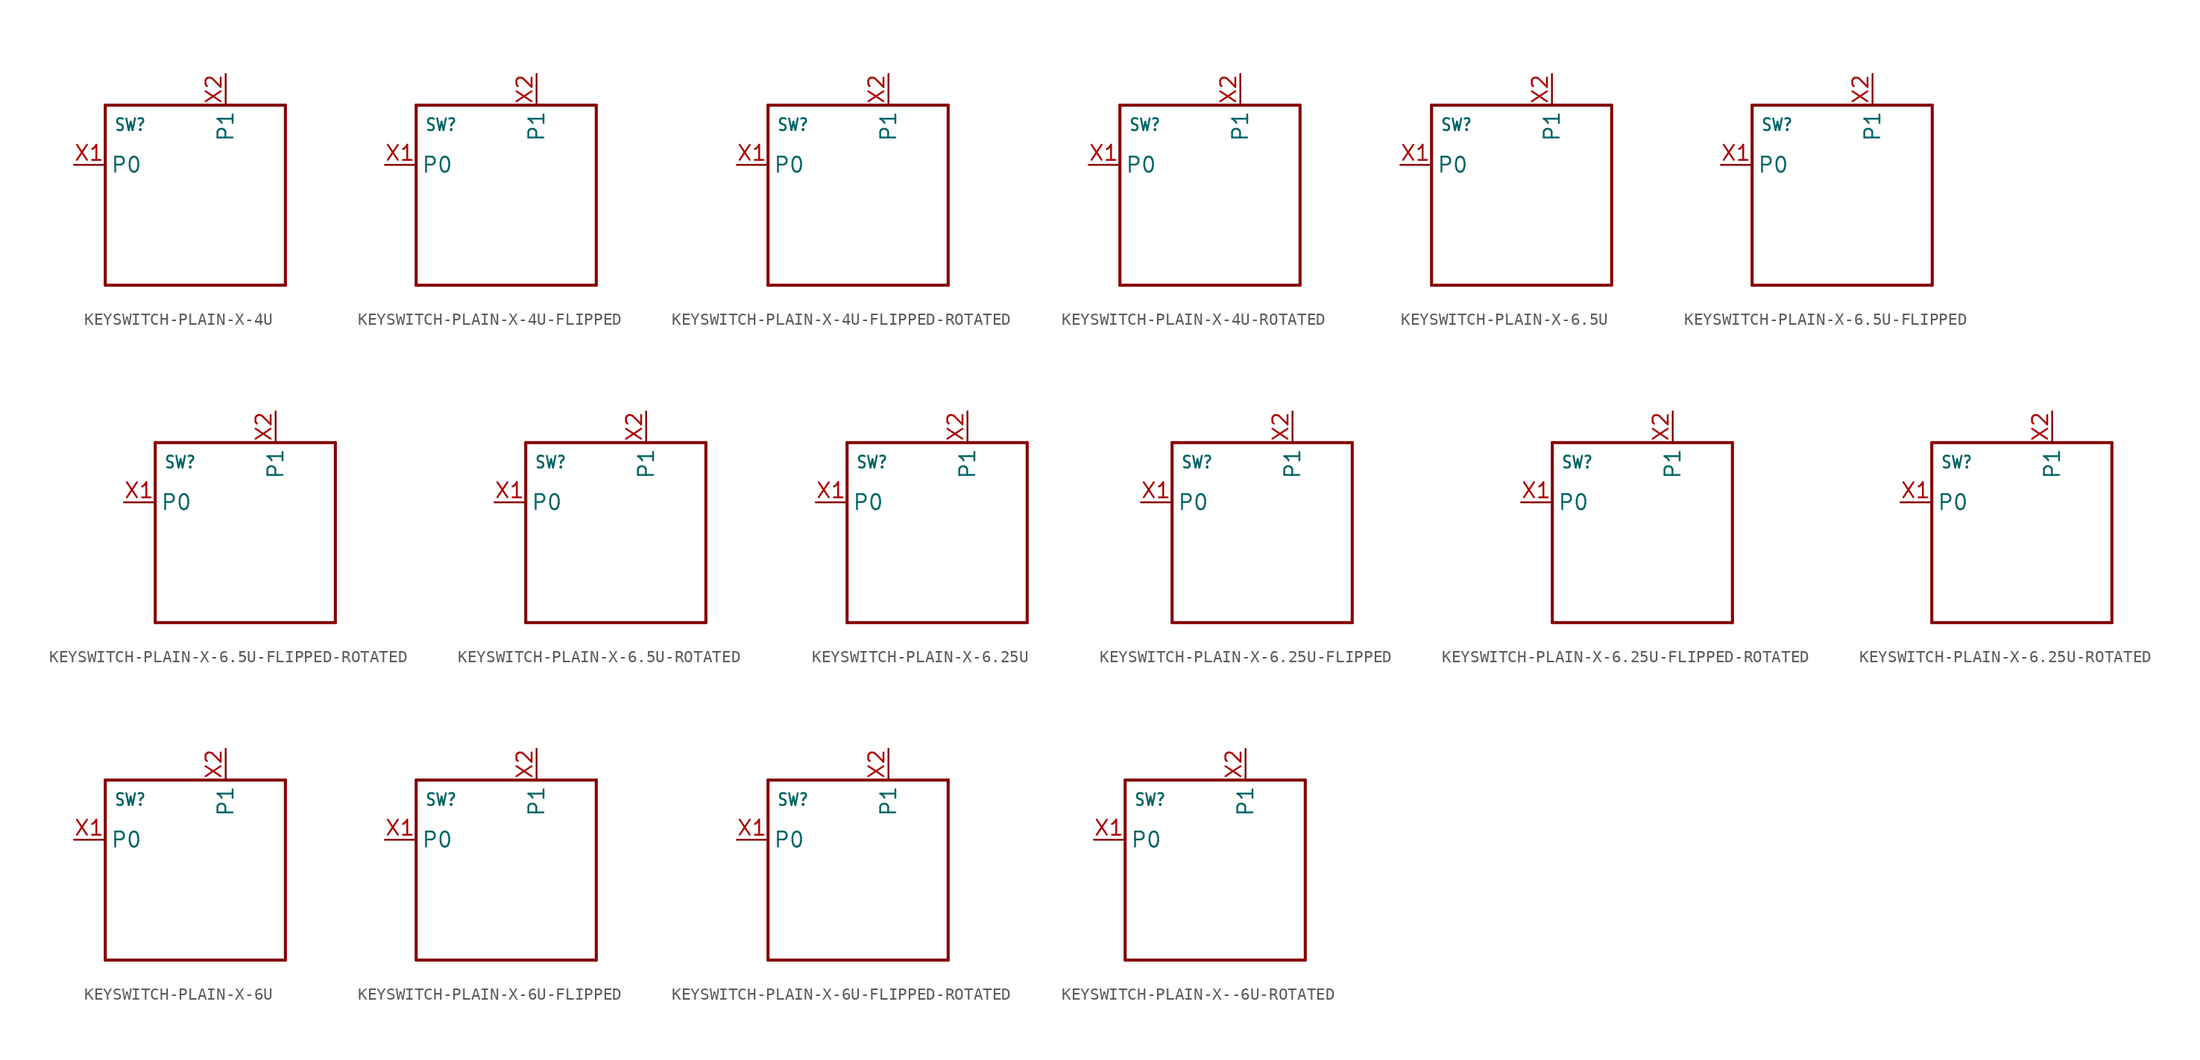
<source format=kicad_sym>
(kicad_symbol_lib
  (version 20211014)
  (generator kicad_symbol_editor)
  (symbol "KEYSWITCH-PLAIN-X-4U"
    (property "Reference" "SW"
      (at -6.81 5.318 0)
      (effects (font (size 1 0.85)) (justify left bottom)))
    (property "ki_locked" ""
      (at 0 0 0)
      (effects (font (size 1.27 1.27))))
    (symbol "KEYSWITCH-PLAIN-X-4U_1_0"
      (polyline (pts (xy -7.54 -7.54) (xy -7.54 7.54)) (stroke (width 0.254) (type default) (color 0 0 0 0)) (fill (type none)))
      (polyline (pts (xy -7.54 7.54) (xy 7.54 7.54)) (stroke (width 0.254) (type default) (color 0 0 0 0)) (fill (type none)))
      (polyline (pts (xy 7.54 -7.54) (xy -7.54 -7.54)) (stroke (width 0.254) (type default) (color 0 0 0 0)) (fill (type none)))
      (polyline (pts (xy 7.54 7.54) (xy 7.54 -7.54)) (stroke (width 0.254) (type default) (color 0 0 0 0)) (fill (type none)))
      (pin bidirectional line (at -10.16 2.54 0) (length 2.54) (name "P0" (effects (font (size 1.27 1.27)))) (number "X1" (effects (font (size 1.27 1.27)))))
      (pin bidirectional line (at 2.54 10.16 270) (length 2.54) (name "P1" (effects (font (size 1.27 1.27)))) (number "X2" (effects (font (size 1.27 1.27)))))))
  (symbol "KEYSWITCH-PLAIN-X-4U-FLIPPED"
    (property "Reference" "SW"
      (at -6.81 5.318 0)
      (effects (font (size 1 0.85)) (justify left bottom)))
    (property "ki_locked" ""
      (at 0 0 0)
      (effects (font (size 1.27 1.27))))
    (symbol "KEYSWITCH-PLAIN-X-4U-FLIPPED_1_0"
      (polyline (pts (xy -7.54 -7.54) (xy -7.54 7.54)) (stroke (width 0.254) (type default) (color 0 0 0 0)) (fill (type none)))
      (polyline (pts (xy -7.54 7.54) (xy 7.54 7.54)) (stroke (width 0.254) (type default) (color 0 0 0 0)) (fill (type none)))
      (polyline (pts (xy 7.54 -7.54) (xy -7.54 -7.54)) (stroke (width 0.254) (type default) (color 0 0 0 0)) (fill (type none)))
      (polyline (pts (xy 7.54 7.54) (xy 7.54 -7.54)) (stroke (width 0.254) (type default) (color 0 0 0 0)) (fill (type none)))
      (pin bidirectional line (at -10.16 2.54 0) (length 2.54) (name "P0" (effects (font (size 1.27 1.27)))) (number "X1" (effects (font (size 1.27 1.27)))))
      (pin bidirectional line (at 2.54 10.16 270) (length 2.54) (name "P1" (effects (font (size 1.27 1.27)))) (number "X2" (effects (font (size 1.27 1.27)))))))
  (symbol "KEYSWITCH-PLAIN-X-4U-FLIPPED-ROTATED"
    (property "Reference" "SW"
      (at -6.81 5.318 0)
      (effects (font (size 1 0.85)) (justify left bottom)))
    (property "ki_locked" ""
      (at 0 0 0)
      (effects (font (size 1.27 1.27))))
    (symbol "KEYSWITCH-PLAIN-X-4U-FLIPPED-ROTATED_1_0"
      (polyline (pts (xy -7.54 -7.54) (xy -7.54 7.54)) (stroke (width 0.254) (type default) (color 0 0 0 0)) (fill (type none)))
      (polyline (pts (xy -7.54 7.54) (xy 7.54 7.54)) (stroke (width 0.254) (type default) (color 0 0 0 0)) (fill (type none)))
      (polyline (pts (xy 7.54 -7.54) (xy -7.54 -7.54)) (stroke (width 0.254) (type default) (color 0 0 0 0)) (fill (type none)))
      (polyline (pts (xy 7.54 7.54) (xy 7.54 -7.54)) (stroke (width 0.254) (type default) (color 0 0 0 0)) (fill (type none)))
      (pin bidirectional line (at -10.16 2.54 0) (length 2.54) (name "P0" (effects (font (size 1.27 1.27)))) (number "X1" (effects (font (size 1.27 1.27)))))
      (pin bidirectional line (at 2.54 10.16 270) (length 2.54) (name "P1" (effects (font (size 1.27 1.27)))) (number "X2" (effects (font (size 1.27 1.27)))))))
  (symbol "KEYSWITCH-PLAIN-X-4U-ROTATED"
    (property "Reference" "SW"
      (at -6.81 5.318 0)
      (effects (font (size 1 0.85)) (justify left bottom)))
    (property "ki_locked" ""
      (at 0 0 0)
      (effects (font (size 1.27 1.27))))
    (symbol "KEYSWITCH-PLAIN-X-4U-ROTATED_1_0"
      (polyline (pts (xy -7.54 -7.54) (xy -7.54 7.54)) (stroke (width 0.254) (type default) (color 0 0 0 0)) (fill (type none)))
      (polyline (pts (xy -7.54 7.54) (xy 7.54 7.54)) (stroke (width 0.254) (type default) (color 0 0 0 0)) (fill (type none)))
      (polyline (pts (xy 7.54 -7.54) (xy -7.54 -7.54)) (stroke (width 0.254) (type default) (color 0 0 0 0)) (fill (type none)))
      (polyline (pts (xy 7.54 7.54) (xy 7.54 -7.54)) (stroke (width 0.254) (type default) (color 0 0 0 0)) (fill (type none)))
      (pin bidirectional line (at -10.16 2.54 0) (length 2.54) (name "P0" (effects (font (size 1.27 1.27)))) (number "X1" (effects (font (size 1.27 1.27)))))
      (pin bidirectional line (at 2.54 10.16 270) (length 2.54) (name "P1" (effects (font (size 1.27 1.27)))) (number "X2" (effects (font (size 1.27 1.27)))))))
  (symbol "KEYSWITCH-PLAIN-X-6.5U"
    (property "Reference" "SW"
      (at -6.81 5.318 0)
      (effects (font (size 1 0.85)) (justify left bottom)))
    (property "ki_locked" ""
      (at 0 0 0)
      (effects (font (size 1.27 1.27))))
    (symbol "KEYSWITCH-PLAIN-X-6.5U_1_0"
      (polyline (pts (xy -7.54 -7.54) (xy -7.54 7.54)) (stroke (width 0.254) (type default) (color 0 0 0 0)) (fill (type none)))
      (polyline (pts (xy -7.54 7.54) (xy 7.54 7.54)) (stroke (width 0.254) (type default) (color 0 0 0 0)) (fill (type none)))
      (polyline (pts (xy 7.54 -7.54) (xy -7.54 -7.54)) (stroke (width 0.254) (type default) (color 0 0 0 0)) (fill (type none)))
      (polyline (pts (xy 7.54 7.54) (xy 7.54 -7.54)) (stroke (width 0.254) (type default) (color 0 0 0 0)) (fill (type none)))
      (pin bidirectional line (at -10.16 2.54 0) (length 2.54) (name "P0" (effects (font (size 1.27 1.27)))) (number "X1" (effects (font (size 1.27 1.27)))))
      (pin bidirectional line (at 2.54 10.16 270) (length 2.54) (name "P1" (effects (font (size 1.27 1.27)))) (number "X2" (effects (font (size 1.27 1.27)))))))
  (symbol "KEYSWITCH-PLAIN-X-6.5U-FLIPPED"
    (property "Reference" "SW"
      (at -6.81 5.318 0)
      (effects (font (size 1 0.85)) (justify left bottom)))
    (property "ki_locked" ""
      (at 0 0 0)
      (effects (font (size 1.27 1.27))))
    (symbol "KEYSWITCH-PLAIN-X-6.5U-FLIPPED_1_0"
      (polyline (pts (xy -7.54 -7.54) (xy -7.54 7.54)) (stroke (width 0.254) (type default) (color 0 0 0 0)) (fill (type none)))
      (polyline (pts (xy -7.54 7.54) (xy 7.54 7.54)) (stroke (width 0.254) (type default) (color 0 0 0 0)) (fill (type none)))
      (polyline (pts (xy 7.54 -7.54) (xy -7.54 -7.54)) (stroke (width 0.254) (type default) (color 0 0 0 0)) (fill (type none)))
      (polyline (pts (xy 7.54 7.54) (xy 7.54 -7.54)) (stroke (width 0.254) (type default) (color 0 0 0 0)) (fill (type none)))
      (pin bidirectional line (at -10.16 2.54 0) (length 2.54) (name "P0" (effects (font (size 1.27 1.27)))) (number "X1" (effects (font (size 1.27 1.27)))))
      (pin bidirectional line (at 2.54 10.16 270) (length 2.54) (name "P1" (effects (font (size 1.27 1.27)))) (number "X2" (effects (font (size 1.27 1.27)))))))
  (symbol "KEYSWITCH-PLAIN-X-6.5U-FLIPPED-ROTATED"
    (property "Reference" "SW"
      (at -6.81 5.318 0)
      (effects (font (size 1 0.85)) (justify left bottom)))
    (property "ki_locked" ""
      (at 0 0 0)
      (effects (font (size 1.27 1.27))))
    (symbol "KEYSWITCH-PLAIN-X-6.5U-FLIPPED-ROTATED_1_0"
      (polyline (pts (xy -7.54 -7.54) (xy -7.54 7.54)) (stroke (width 0.254) (type default) (color 0 0 0 0)) (fill (type none)))
      (polyline (pts (xy -7.54 7.54) (xy 7.54 7.54)) (stroke (width 0.254) (type default) (color 0 0 0 0)) (fill (type none)))
      (polyline (pts (xy 7.54 -7.54) (xy -7.54 -7.54)) (stroke (width 0.254) (type default) (color 0 0 0 0)) (fill (type none)))
      (polyline (pts (xy 7.54 7.54) (xy 7.54 -7.54)) (stroke (width 0.254) (type default) (color 0 0 0 0)) (fill (type none)))
      (pin bidirectional line (at -10.16 2.54 0) (length 2.54) (name "P0" (effects (font (size 1.27 1.27)))) (number "X1" (effects (font (size 1.27 1.27)))))
      (pin bidirectional line (at 2.54 10.16 270) (length 2.54) (name "P1" (effects (font (size 1.27 1.27)))) (number "X2" (effects (font (size 1.27 1.27)))))))
  (symbol "KEYSWITCH-PLAIN-X-6.5U-ROTATED"
    (property "Reference" "SW"
      (at -6.81 5.318 0)
      (effects (font (size 1 0.85)) (justify left bottom)))
    (property "ki_locked" ""
      (at 0 0 0)
      (effects (font (size 1.27 1.27))))
    (symbol "KEYSWITCH-PLAIN-X-6.5U-ROTATED_1_0"
      (polyline (pts (xy -7.54 -7.54) (xy -7.54 7.54)) (stroke (width 0.254) (type default) (color 0 0 0 0)) (fill (type none)))
      (polyline (pts (xy -7.54 7.54) (xy 7.54 7.54)) (stroke (width 0.254) (type default) (color 0 0 0 0)) (fill (type none)))
      (polyline (pts (xy 7.54 -7.54) (xy -7.54 -7.54)) (stroke (width 0.254) (type default) (color 0 0 0 0)) (fill (type none)))
      (polyline (pts (xy 7.54 7.54) (xy 7.54 -7.54)) (stroke (width 0.254) (type default) (color 0 0 0 0)) (fill (type none)))
      (pin bidirectional line (at -10.16 2.54 0) (length 2.54) (name "P0" (effects (font (size 1.27 1.27)))) (number "X1" (effects (font (size 1.27 1.27)))))
      (pin bidirectional line (at 2.54 10.16 270) (length 2.54) (name "P1" (effects (font (size 1.27 1.27)))) (number "X2" (effects (font (size 1.27 1.27)))))))
  (symbol "KEYSWITCH-PLAIN-X-6.25U"
    (property "Reference" "SW"
      (at -6.81 5.318 0)
      (effects (font (size 1 0.85)) (justify left bottom)))
    (property "ki_locked" ""
      (at 0 0 0)
      (effects (font (size 1.27 1.27))))
    (symbol "KEYSWITCH-PLAIN-X-6.25U_1_0"
      (polyline (pts (xy -7.54 -7.54) (xy -7.54 7.54)) (stroke (width 0.254) (type default) (color 0 0 0 0)) (fill (type none)))
      (polyline (pts (xy -7.54 7.54) (xy 7.54 7.54)) (stroke (width 0.254) (type default) (color 0 0 0 0)) (fill (type none)))
      (polyline (pts (xy 7.54 -7.54) (xy -7.54 -7.54)) (stroke (width 0.254) (type default) (color 0 0 0 0)) (fill (type none)))
      (polyline (pts (xy 7.54 7.54) (xy 7.54 -7.54)) (stroke (width 0.254) (type default) (color 0 0 0 0)) (fill (type none)))
      (pin bidirectional line (at -10.16 2.54 0) (length 2.54) (name "P0" (effects (font (size 1.27 1.27)))) (number "X1" (effects (font (size 1.27 1.27)))))
      (pin bidirectional line (at 2.54 10.16 270) (length 2.54) (name "P1" (effects (font (size 1.27 1.27)))) (number "X2" (effects (font (size 1.27 1.27)))))))
  (symbol "KEYSWITCH-PLAIN-X-6.25U-FLIPPED"
    (property "Reference" "SW"
      (at -6.81 5.318 0)
      (effects (font (size 1 0.85)) (justify left bottom)))
    (property "ki_locked" ""
      (at 0 0 0)
      (effects (font (size 1.27 1.27))))
    (symbol "KEYSWITCH-PLAIN-X-6.25U-FLIPPED_1_0"
      (polyline (pts (xy -7.54 -7.54) (xy -7.54 7.54)) (stroke (width 0.254) (type default) (color 0 0 0 0)) (fill (type none)))
      (polyline (pts (xy -7.54 7.54) (xy 7.54 7.54)) (stroke (width 0.254) (type default) (color 0 0 0 0)) (fill (type none)))
      (polyline (pts (xy 7.54 -7.54) (xy -7.54 -7.54)) (stroke (width 0.254) (type default) (color 0 0 0 0)) (fill (type none)))
      (polyline (pts (xy 7.54 7.54) (xy 7.54 -7.54)) (stroke (width 0.254) (type default) (color 0 0 0 0)) (fill (type none)))
      (pin bidirectional line (at -10.16 2.54 0) (length 2.54) (name "P0" (effects (font (size 1.27 1.27)))) (number "X1" (effects (font (size 1.27 1.27)))))
      (pin bidirectional line (at 2.54 10.16 270) (length 2.54) (name "P1" (effects (font (size 1.27 1.27)))) (number "X2" (effects (font (size 1.27 1.27)))))))
  (symbol "KEYSWITCH-PLAIN-X-6.25U-FLIPPED-ROTATED"
    (property "Reference" "SW"
      (at -6.81 5.318 0)
      (effects (font (size 1 0.85)) (justify left bottom)))
    (property "ki_locked" ""
      (at 0 0 0)
      (effects (font (size 1.27 1.27))))
    (symbol "KEYSWITCH-PLAIN-X-6.25U-FLIPPED-ROTATED_1_0"
      (polyline (pts (xy -7.54 -7.54) (xy -7.54 7.54)) (stroke (width 0.254) (type default) (color 0 0 0 0)) (fill (type none)))
      (polyline (pts (xy -7.54 7.54) (xy 7.54 7.54)) (stroke (width 0.254) (type default) (color 0 0 0 0)) (fill (type none)))
      (polyline (pts (xy 7.54 -7.54) (xy -7.54 -7.54)) (stroke (width 0.254) (type default) (color 0 0 0 0)) (fill (type none)))
      (polyline (pts (xy 7.54 7.54) (xy 7.54 -7.54)) (stroke (width 0.254) (type default) (color 0 0 0 0)) (fill (type none)))
      (pin bidirectional line (at -10.16 2.54 0) (length 2.54) (name "P0" (effects (font (size 1.27 1.27)))) (number "X1" (effects (font (size 1.27 1.27)))))
      (pin bidirectional line (at 2.54 10.16 270) (length 2.54) (name "P1" (effects (font (size 1.27 1.27)))) (number "X2" (effects (font (size 1.27 1.27)))))))
  (symbol "KEYSWITCH-PLAIN-X-6.25U-ROTATED"
    (property "Reference" "SW"
      (at -6.81 5.318 0)
      (effects (font (size 1 0.85)) (justify left bottom)))
    (property "ki_locked" ""
      (at 0 0 0)
      (effects (font (size 1.27 1.27))))
    (symbol "KEYSWITCH-PLAIN-X-6.25U-ROTATED_1_0"
      (polyline (pts (xy -7.54 -7.54) (xy -7.54 7.54)) (stroke (width 0.254) (type default) (color 0 0 0 0)) (fill (type none)))
      (polyline (pts (xy -7.54 7.54) (xy 7.54 7.54)) (stroke (width 0.254) (type default) (color 0 0 0 0)) (fill (type none)))
      (polyline (pts (xy 7.54 -7.54) (xy -7.54 -7.54)) (stroke (width 0.254) (type default) (color 0 0 0 0)) (fill (type none)))
      (polyline (pts (xy 7.54 7.54) (xy 7.54 -7.54)) (stroke (width 0.254) (type default) (color 0 0 0 0)) (fill (type none)))
      (pin bidirectional line (at -10.16 2.54 0) (length 2.54) (name "P0" (effects (font (size 1.27 1.27)))) (number "X1" (effects (font (size 1.27 1.27)))))
      (pin bidirectional line (at 2.54 10.16 270) (length 2.54) (name "P1" (effects (font (size 1.27 1.27)))) (number "X2" (effects (font (size 1.27 1.27)))))))
  (symbol "KEYSWITCH-PLAIN-X-6U"
    (property "Reference" "SW"
      (at -6.81 5.318 0)
      (effects (font (size 1 0.85)) (justify left bottom)))
    (property "ki_locked" ""
      (at 0 0 0)
      (effects (font (size 1.27 1.27))))
    (symbol "KEYSWITCH-PLAIN-X-6U_1_0"
      (polyline (pts (xy -7.54 -7.54) (xy -7.54 7.54)) (stroke (width 0.254) (type default) (color 0 0 0 0)) (fill (type none)))
      (polyline (pts (xy -7.54 7.54) (xy 7.54 7.54)) (stroke (width 0.254) (type default) (color 0 0 0 0)) (fill (type none)))
      (polyline (pts (xy 7.54 -7.54) (xy -7.54 -7.54)) (stroke (width 0.254) (type default) (color 0 0 0 0)) (fill (type none)))
      (polyline (pts (xy 7.54 7.54) (xy 7.54 -7.54)) (stroke (width 0.254) (type default) (color 0 0 0 0)) (fill (type none)))
      (pin bidirectional line (at -10.16 2.54 0) (length 2.54) (name "P0" (effects (font (size 1.27 1.27)))) (number "X1" (effects (font (size 1.27 1.27)))))
      (pin bidirectional line (at 2.54 10.16 270) (length 2.54) (name "P1" (effects (font (size 1.27 1.27)))) (number "X2" (effects (font (size 1.27 1.27)))))))
  (symbol "KEYSWITCH-PLAIN-X-6U-FLIPPED"
    (property "Reference" "SW"
      (at -6.81 5.318 0)
      (effects (font (size 1 0.85)) (justify left bottom)))
    (property "ki_locked" ""
      (at 0 0 0)
      (effects (font (size 1.27 1.27))))
    (symbol "KEYSWITCH-PLAIN-X-6U-FLIPPED_1_0"
      (polyline (pts (xy -7.54 -7.54) (xy -7.54 7.54)) (stroke (width 0.254) (type default) (color 0 0 0 0)) (fill (type none)))
      (polyline (pts (xy -7.54 7.54) (xy 7.54 7.54)) (stroke (width 0.254) (type default) (color 0 0 0 0)) (fill (type none)))
      (polyline (pts (xy 7.54 -7.54) (xy -7.54 -7.54)) (stroke (width 0.254) (type default) (color 0 0 0 0)) (fill (type none)))
      (polyline (pts (xy 7.54 7.54) (xy 7.54 -7.54)) (stroke (width 0.254) (type default) (color 0 0 0 0)) (fill (type none)))
      (pin bidirectional line (at -10.16 2.54 0) (length 2.54) (name "P0" (effects (font (size 1.27 1.27)))) (number "X1" (effects (font (size 1.27 1.27)))))
      (pin bidirectional line (at 2.54 10.16 270) (length 2.54) (name "P1" (effects (font (size 1.27 1.27)))) (number "X2" (effects (font (size 1.27 1.27)))))))
  (symbol "KEYSWITCH-PLAIN-X-6U-FLIPPED-ROTATED"
    (property "Reference" "SW"
      (at -6.81 5.318 0)
      (effects (font (size 1 0.85)) (justify left bottom)))
    (property "ki_locked" ""
      (at 0 0 0)
      (effects (font (size 1.27 1.27))))
    (symbol "KEYSWITCH-PLAIN-X-6U-FLIPPED-ROTATED_1_0"
      (polyline (pts (xy -7.54 -7.54) (xy -7.54 7.54)) (stroke (width 0.254) (type default) (color 0 0 0 0)) (fill (type none)))
      (polyline (pts (xy -7.54 7.54) (xy 7.54 7.54)) (stroke (width 0.254) (type default) (color 0 0 0 0)) (fill (type none)))
      (polyline (pts (xy 7.54 -7.54) (xy -7.54 -7.54)) (stroke (width 0.254) (type default) (color 0 0 0 0)) (fill (type none)))
      (polyline (pts (xy 7.54 7.54) (xy 7.54 -7.54)) (stroke (width 0.254) (type default) (color 0 0 0 0)) (fill (type none)))
      (pin bidirectional line (at -10.16 2.54 0) (length 2.54) (name "P0" (effects (font (size 1.27 1.27)))) (number "X1" (effects (font (size 1.27 1.27)))))
      (pin bidirectional line (at 2.54 10.16 270) (length 2.54) (name "P1" (effects (font (size 1.27 1.27)))) (number "X2" (effects (font (size 1.27 1.27)))))))
  (symbol "KEYSWITCH-PLAIN-X--6U-ROTATED"
    (property "Reference" "SW"
      (at -6.81 5.318 0)
      (effects (font (size 1 0.85)) (justify left bottom)))
    (property "ki_locked" ""
      (at 0 0 0)
      (effects (font (size 1.27 1.27))))
    (symbol "KEYSWITCH-PLAIN-X--6U-ROTATED_1_0"
      (polyline (pts (xy -7.54 -7.54) (xy -7.54 7.54)) (stroke (width 0.254) (type default) (color 0 0 0 0)) (fill (type none)))
      (polyline (pts (xy -7.54 7.54) (xy 7.54 7.54)) (stroke (width 0.254) (type default) (color 0 0 0 0)) (fill (type none)))
      (polyline (pts (xy 7.54 -7.54) (xy -7.54 -7.54)) (stroke (width 0.254) (type default) (color 0 0 0 0)) (fill (type none)))
      (polyline (pts (xy 7.54 7.54) (xy 7.54 -7.54)) (stroke (width 0.254) (type default) (color 0 0 0 0)) (fill (type none)))
      (pin bidirectional line (at -10.16 2.54 0) (length 2.54) (name "P0" (effects (font (size 1.27 1.27)))) (number "X1" (effects (font (size 1.27 1.27)))))
      (pin bidirectional line (at 2.54 10.16 270) (length 2.54) (name "P1" (effects (font (size 1.27 1.27)))) (number "X2" (effects (font (size 1.27 1.27))))))))
</source>
